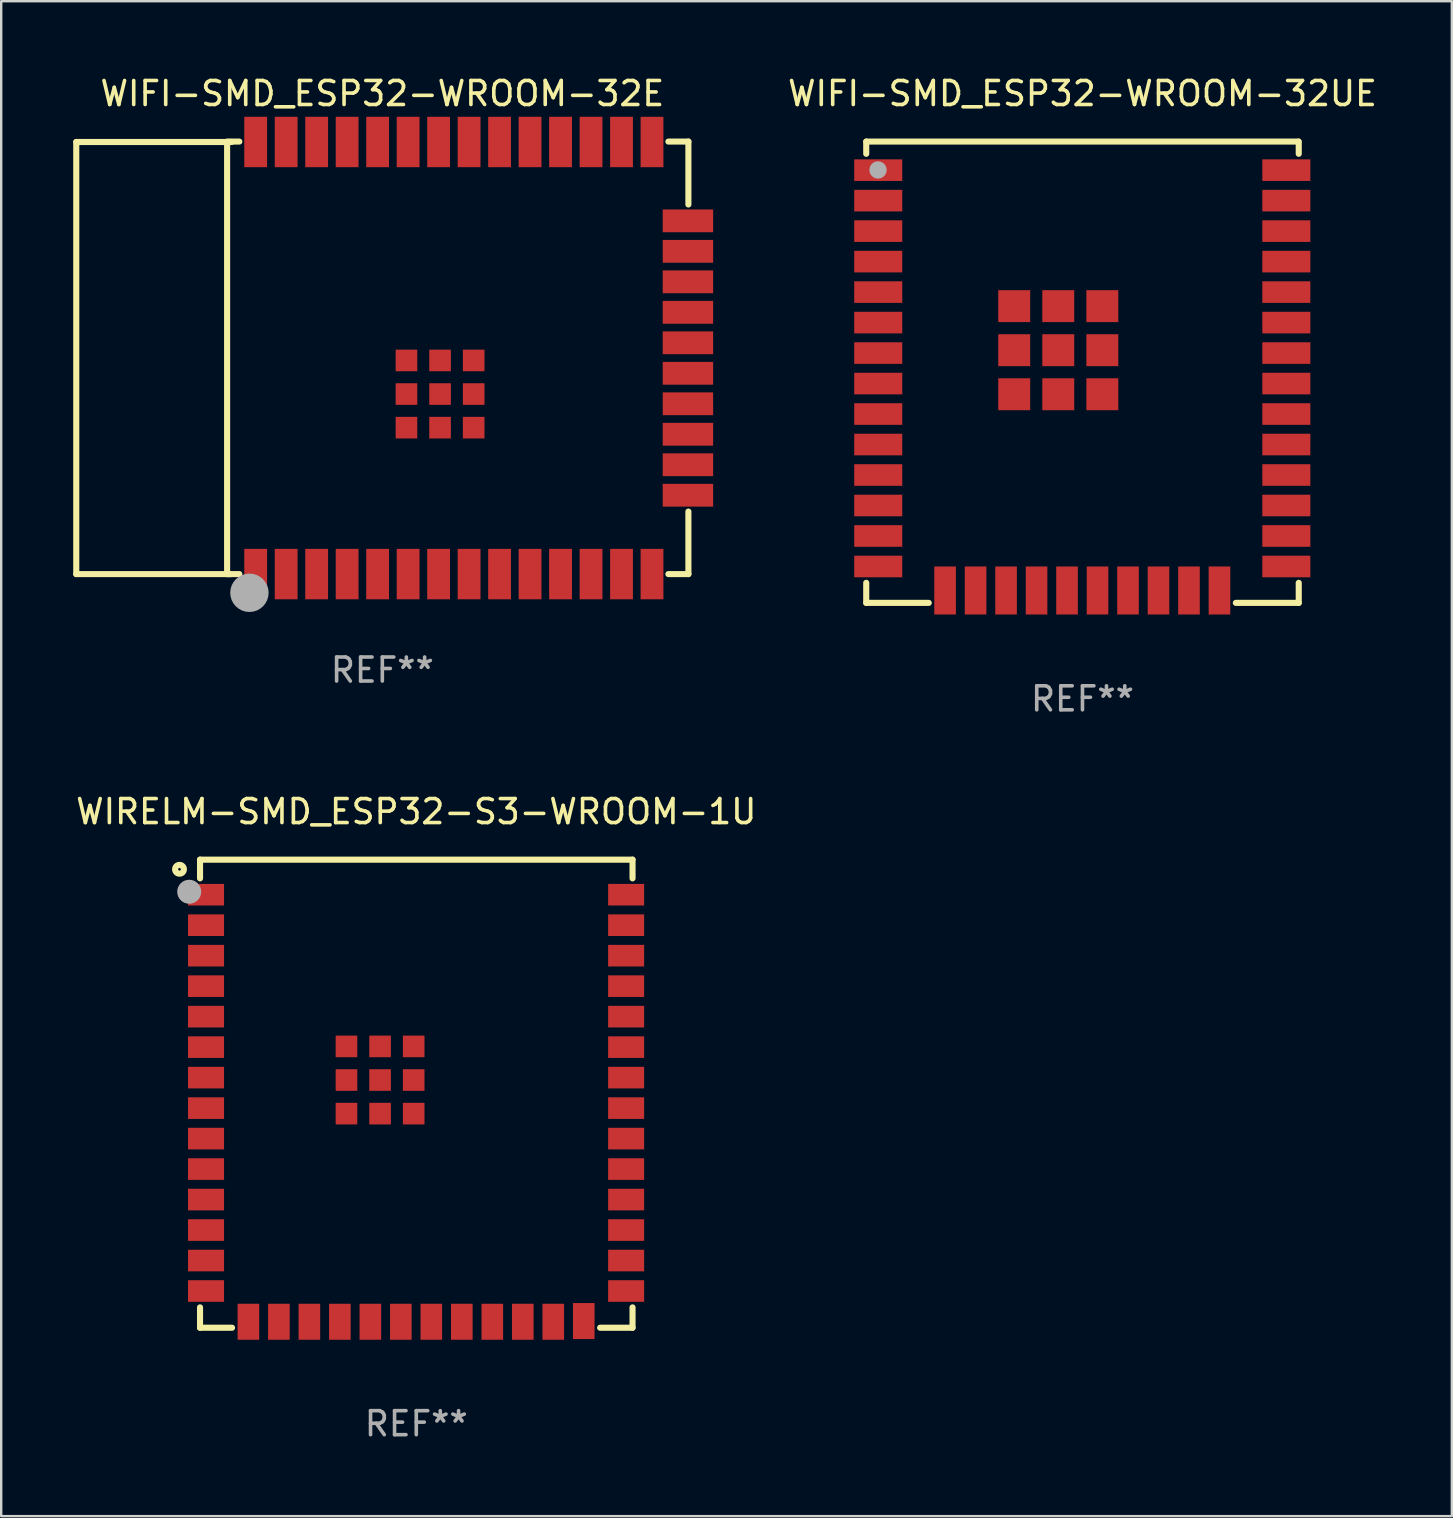
<source format=kicad_pcb>
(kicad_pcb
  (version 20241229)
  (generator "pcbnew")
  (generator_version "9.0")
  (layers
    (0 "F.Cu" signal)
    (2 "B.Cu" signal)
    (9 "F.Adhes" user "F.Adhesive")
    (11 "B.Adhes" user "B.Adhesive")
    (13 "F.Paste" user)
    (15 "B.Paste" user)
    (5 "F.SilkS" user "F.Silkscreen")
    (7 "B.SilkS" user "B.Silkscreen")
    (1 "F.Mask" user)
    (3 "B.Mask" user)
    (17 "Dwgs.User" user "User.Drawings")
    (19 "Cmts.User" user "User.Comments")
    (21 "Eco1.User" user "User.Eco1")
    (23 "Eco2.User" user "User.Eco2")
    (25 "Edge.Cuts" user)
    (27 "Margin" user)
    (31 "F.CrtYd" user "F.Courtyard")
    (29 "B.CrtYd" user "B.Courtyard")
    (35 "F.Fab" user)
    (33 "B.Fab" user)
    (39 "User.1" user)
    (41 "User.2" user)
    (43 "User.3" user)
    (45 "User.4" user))
  (footprint "WIFI-SMD_ESP32-WROOM-32UE"
    (layer "F.Cu")
    (at 42.035 12.793)
    (property "Reference" "WIFI-SMD_ESP32-WROOM-32UE" (at 0.008 -11.945 0) (layer "F.SilkS") (effects (font (size 1 1) (thickness 0.15))))
    (attr smd)
    (fp_line (start -9 -9.945) (end -9 -9.436) (stroke (width 0.254) (type solid)) (layer "F.SilkS"))
    (fp_line (start -9 8.436) (end -9 9.271) (stroke (width 0.254) (type solid)) (layer "F.SilkS"))
    (fp_line (start -9 9.271) (end -6.396 9.271) (stroke (width 0.254) (type solid)) (layer "F.SilkS"))
    (fp_line (start 6.396 9.271) (end 9.017 9.271) (stroke (width 0.254) (type solid)) (layer "F.SilkS"))
    (fp_line (start 9 -9.945) (end -9 -9.945) (stroke (width 0.254) (type solid)) (layer "F.SilkS"))
    (fp_line (start 9.017 -9.436) (end 9.017 -9.945) (stroke (width 0.254) (type solid)) (layer "F.SilkS"))
    (fp_line (start 9.017 9.271) (end 9.017 8.436) (stroke (width 0.254) (type solid)) (layer "F.SilkS"))
    (fp_circle (center -9 -9.945) (end -8.97 -9.945) (stroke (width 0.06) (type solid)) (fill no) (layer "F.SilkS"))
    (fp_circle (center -8.509 -8.763) (end -8.329 -8.763) (stroke (width 0.36) (type solid)) (fill no) (layer "F.Fab"))
    (fp_text user "REF**" (at 0.008 13.271 0) (layer "F.Fab") (effects (font (size 1 1) (thickness 0.15))))
    (pad "1" smd rect (at -8.5 -8.755) (size 2 0.9) (layers "F.Cu" "F.Mask" "F.Paste"))
    (pad "2" smd rect (at -8.5 -7.485) (size 2 0.9) (layers "F.Cu" "F.Mask" "F.Paste"))
    (pad "3" smd rect (at -8.5 -6.215) (size 2 0.9) (layers "F.Cu" "F.Mask" "F.Paste"))
    (pad "4" smd rect (at -8.5 -4.945) (size 2 0.9) (layers "F.Cu" "F.Mask" "F.Paste"))
    (pad "5" smd rect (at -8.5 -3.675) (size 2 0.9) (layers "F.Cu" "F.Mask" "F.Paste"))
    (pad "6" smd rect (at -8.5 -2.405) (size 2 0.9) (layers "F.Cu" "F.Mask" "F.Paste"))
    (pad "7" smd rect (at -8.5 -1.135) (size 2 0.9) (layers "F.Cu" "F.Mask" "F.Paste"))
    (pad "8" smd rect (at -8.5 0.135) (size 2 0.9) (layers "F.Cu" "F.Mask" "F.Paste"))
    (pad "9" smd rect (at -8.5 1.405) (size 2 0.9) (layers "F.Cu" "F.Mask" "F.Paste"))
    (pad "10" smd rect (at -8.5 2.675) (size 2 0.9) (layers "F.Cu" "F.Mask" "F.Paste"))
    (pad "11" smd rect (at -8.5 3.945) (size 2 0.9) (layers "F.Cu" "F.Mask" "F.Paste"))
    (pad "12" smd rect (at -8.5 5.215) (size 2 0.9) (layers "F.Cu" "F.Mask" "F.Paste"))
    (pad "13" smd rect (at -8.5 6.485) (size 2 0.9) (layers "F.Cu" "F.Mask" "F.Paste"))
    (pad "14" smd rect (at -8.5 7.755) (size 2 0.9) (layers "F.Cu" "F.Mask" "F.Paste"))
    (pad "15" smd rect (at -5.715 8.755) (size 0.9 2) (layers "F.Cu" "F.Mask" "F.Paste"))
    (pad "16" smd rect (at -4.445 8.755) (size 0.9 2) (layers "F.Cu" "F.Mask" "F.Paste"))
    (pad "17" smd rect (at -3.175 8.755) (size 0.9 2) (layers "F.Cu" "F.Mask" "F.Paste"))
    (pad "18" smd rect (at -1.905 8.755) (size 0.9 2) (layers "F.Cu" "F.Mask" "F.Paste"))
    (pad "19" smd rect (at -0.635 8.755) (size 0.9 2) (layers "F.Cu" "F.Mask" "F.Paste"))
    (pad "20" smd rect (at 0.635 8.755) (size 0.9 2) (layers "F.Cu" "F.Mask" "F.Paste"))
    (pad "21" smd rect (at 1.905 8.755) (size 0.9 2) (layers "F.Cu" "F.Mask" "F.Paste"))
    (pad "22" smd rect (at 3.175 8.755) (size 0.9 2) (layers "F.Cu" "F.Mask" "F.Paste"))
    (pad "23" smd rect (at 4.445 8.755) (size 0.9 2) (layers "F.Cu" "F.Mask" "F.Paste"))
    (pad "24" smd rect (at 5.715 8.755) (size 0.9 2) (layers "F.Cu" "F.Mask" "F.Paste"))
    (pad "25" smd rect (at 8.5 7.755 180) (size 2 0.9) (layers "F.Cu" "F.Mask" "F.Paste"))
    (pad "26" smd rect (at 8.5 6.485 180) (size 2 0.9) (layers "F.Cu" "F.Mask" "F.Paste"))
    (pad "27" smd rect (at 8.5 5.215 180) (size 2 0.9) (layers "F.Cu" "F.Mask" "F.Paste"))
    (pad "28" smd rect (at 8.5 3.945 180) (size 2 0.9) (layers "F.Cu" "F.Mask" "F.Paste"))
    (pad "29" smd rect (at 8.5 2.675 180) (size 2 0.9) (layers "F.Cu" "F.Mask" "F.Paste"))
    (pad "30" smd rect (at 8.5 1.405 180) (size 2 0.9) (layers "F.Cu" "F.Mask" "F.Paste"))
    (pad "31" smd rect (at 8.5 0.135 180) (size 2 0.9) (layers "F.Cu" "F.Mask" "F.Paste"))
    (pad "32" smd rect (at 8.5 -1.135 180) (size 2 0.9) (layers "F.Cu" "F.Mask" "F.Paste"))
    (pad "33" smd rect (at 8.5 -2.405 180) (size 2 0.9) (layers "F.Cu" "F.Mask" "F.Paste"))
    (pad "34" smd rect (at 8.5 -3.675 180) (size 2 0.9) (layers "F.Cu" "F.Mask" "F.Paste"))
    (pad "35" smd rect (at 8.5 -4.945 180) (size 2 0.9) (layers "F.Cu" "F.Mask" "F.Paste"))
    (pad "36" smd rect (at 8.5 -6.215 180) (size 2 0.9) (layers "F.Cu" "F.Mask" "F.Paste"))
    (pad "37" smd rect (at 8.5 -7.485 180) (size 2 0.9) (layers "F.Cu" "F.Mask" "F.Paste"))
    (pad "38" smd rect (at 8.5 -8.755 180) (size 2 0.9) (layers "F.Cu" "F.Mask" "F.Paste"))
    (pad "39" smd rect (at -2.835 -3.09 90) (size 1.33 1.33) (layers "F.Cu" "F.Mask" "F.Paste"))
    (pad "39" smd rect (at -2.835 -1.255 90) (size 1.33 1.33) (layers "F.Cu" "F.Mask" "F.Paste"))
    (pad "39" smd rect (at -2.835 0.58 90) (size 1.33 1.33) (layers "F.Cu" "F.Mask" "F.Paste"))
    (pad "39" smd rect (at -1 -3.09 90) (size 1.33 1.33) (layers "F.Cu" "F.Mask" "F.Paste"))
    (pad "39" smd rect (at -1 -1.255 90) (size 1.33 1.33) (layers "F.Cu" "F.Mask" "F.Paste"))
    (pad "39" smd rect (at -1 0.58 90) (size 1.33 1.33) (layers "F.Cu" "F.Mask" "F.Paste"))
    (pad "39" smd rect (at 0.835 -3.09 90) (size 1.33 1.33) (layers "F.Cu" "F.Mask" "F.Paste"))
    (pad "39" smd rect (at 0.835 -1.255 90) (size 1.33 1.33) (layers "F.Cu" "F.Mask" "F.Paste"))
    (pad "39" smd rect (at 0.835 0.58 90) (size 1.33 1.33) (layers "F.Cu" "F.Mask" "F.Paste")))
  (footprint "WIRELM-SMD_ESP32-S3-WROOM-1U"
    (layer "F.Cu")
    (at 14.283 43.116)
    (property "Reference" "WIRELM-SMD_ESP32-S3-WROOM-1U" (at 0.008 -12.355 0) (layer "F.SilkS") (effects (font (size 1 1) (thickness 0.15))))
    (attr smd)
    (fp_line (start -9 -10.355) (end 9.017 -10.355) (stroke (width 0.254) (type solid)) (layer "F.SilkS"))
    (fp_line (start -9 -10.355) (end -9 -9.576) (stroke (width 0.254) (type solid)) (layer "F.SilkS"))
    (fp_line (start -9 8.296) (end -9 9.144) (stroke (width 0.254) (type solid)) (layer "F.SilkS"))
    (fp_line (start -9 9.144) (end -7.666 9.144) (stroke (width 0.254) (type solid)) (layer "F.SilkS"))
    (fp_line (start 7.666 9.144) (end 9.017 9.144) (stroke (width 0.254) (type solid)) (layer "F.SilkS"))
    (fp_line (start 9.017 -9.576) (end 9.017 -10.355) (stroke (width 0.254) (type solid)) (layer "F.SilkS"))
    (fp_line (start 9.017 9.144) (end 9.017 8.296) (stroke (width 0.254) (type solid)) (layer "F.SilkS"))
    (fp_circle (center -9.855 -9.954) (end -9.672 -9.954) (stroke (width 0.254) (type solid)) (fill no) (layer "F.SilkS"))
    (fp_circle (center -9 -10.105) (end -8.97 -10.105) (stroke (width 0.06) (type solid)) (fill no) (layer "F.SilkS"))
    (fp_circle (center -9.451 -9.018) (end -9.201 -9.018) (stroke (width 0.5) (type solid)) (fill no) (layer "F.Fab"))
    (fp_text user "REF**" (at 0.008 13.144 0) (layer "F.Fab") (effects (font (size 1 1) (thickness 0.15))))
    (pad "1" smd rect (at -8.75 -8.895) (size 1.5 0.9) (layers "F.Cu" "F.Mask" "F.Paste"))
    (pad "2" smd rect (at -8.75 -7.625) (size 1.5 0.9) (layers "F.Cu" "F.Mask" "F.Paste"))
    (pad "3" smd rect (at -8.75 -6.355) (size 1.5 0.9) (layers "F.Cu" "F.Mask" "F.Paste"))
    (pad "4" smd rect (at -8.75 -5.085) (size 1.5 0.9) (layers "F.Cu" "F.Mask" "F.Paste"))
    (pad "5" smd rect (at -8.75 -3.815) (size 1.5 0.9) (layers "F.Cu" "F.Mask" "F.Paste"))
    (pad "6" smd rect (at -8.75 -2.545) (size 1.5 0.9) (layers "F.Cu" "F.Mask" "F.Paste"))
    (pad "7" smd rect (at -8.75 -1.275) (size 1.5 0.9) (layers "F.Cu" "F.Mask" "F.Paste"))
    (pad "8" smd rect (at -8.75 -0.005) (size 1.5 0.9) (layers "F.Cu" "F.Mask" "F.Paste"))
    (pad "9" smd rect (at -8.75 1.265) (size 1.5 0.9) (layers "F.Cu" "F.Mask" "F.Paste"))
    (pad "10" smd rect (at -8.75 2.535) (size 1.5 0.9) (layers "F.Cu" "F.Mask" "F.Paste"))
    (pad "11" smd rect (at -8.75 3.805) (size 1.5 0.9) (layers "F.Cu" "F.Mask" "F.Paste"))
    (pad "12" smd rect (at -8.75 5.075) (size 1.5 0.9) (layers "F.Cu" "F.Mask" "F.Paste"))
    (pad "13" smd rect (at -8.75 6.345) (size 1.5 0.9) (layers "F.Cu" "F.Mask" "F.Paste"))
    (pad "14" smd rect (at -8.75 7.615) (size 1.5 0.9) (layers "F.Cu" "F.Mask" "F.Paste"))
    (pad "15" smd rect (at -6.985 8.895 90) (size 1.5 0.9) (layers "F.Cu" "F.Mask" "F.Paste"))
    (pad "16" smd rect (at -5.715 8.895 90) (size 1.5 0.9) (layers "F.Cu" "F.Mask" "F.Paste"))
    (pad "17" smd rect (at -4.445 8.895 90) (size 1.5 0.9) (layers "F.Cu" "F.Mask" "F.Paste"))
    (pad "18" smd rect (at -3.175 8.895 90) (size 1.5 0.9) (layers "F.Cu" "F.Mask" "F.Paste"))
    (pad "19" smd rect (at -1.905 8.895 90) (size 1.5 0.9) (layers "F.Cu" "F.Mask" "F.Paste"))
    (pad "20" smd rect (at -0.635 8.895 90) (size 1.5 0.9) (layers "F.Cu" "F.Mask" "F.Paste"))
    (pad "21" smd rect (at 0.635 8.895 90) (size 1.5 0.9) (layers "F.Cu" "F.Mask" "F.Paste"))
    (pad "22" smd rect (at 1.905 8.895 90) (size 1.5 0.9) (layers "F.Cu" "F.Mask" "F.Paste"))
    (pad "23" smd rect (at 3.175 8.895 90) (size 1.5 0.9) (layers "F.Cu" "F.Mask" "F.Paste"))
    (pad "24" smd rect (at 4.445 8.895 90) (size 1.5 0.9) (layers "F.Cu" "F.Mask" "F.Paste"))
    (pad "25" smd rect (at 5.715 8.895 90) (size 1.5 0.9) (layers "F.Cu" "F.Mask" "F.Paste"))
    (pad "26" smd rect (at 6.985 8.865 90) (size 1.5 0.9) (layers "F.Cu" "F.Mask" "F.Paste"))
    (pad "27" smd rect (at 8.75 7.615 180) (size 1.5 0.9) (layers "F.Cu" "F.Mask" "F.Paste"))
    (pad "28" smd rect (at 8.75 6.345 180) (size 1.5 0.9) (layers "F.Cu" "F.Mask" "F.Paste"))
    (pad "29" smd rect (at 8.75 5.075 180) (size 1.5 0.9) (layers "F.Cu" "F.Mask" "F.Paste"))
    (pad "30" smd rect (at 8.75 3.805 180) (size 1.5 0.9) (layers "F.Cu" "F.Mask" "F.Paste"))
    (pad "31" smd rect (at 8.75 2.535 180) (size 1.5 0.9) (layers "F.Cu" "F.Mask" "F.Paste"))
    (pad "32" smd rect (at 8.75 1.265 180) (size 1.5 0.9) (layers "F.Cu" "F.Mask" "F.Paste"))
    (pad "33" smd rect (at 8.75 -0.005 180) (size 1.5 0.9) (layers "F.Cu" "F.Mask" "F.Paste"))
    (pad "34" smd rect (at 8.75 -1.275 180) (size 1.5 0.9) (layers "F.Cu" "F.Mask" "F.Paste"))
    (pad "35" smd rect (at 8.75 -2.545 180) (size 1.5 0.9) (layers "F.Cu" "F.Mask" "F.Paste"))
    (pad "36" smd rect (at 8.75 -3.815 180) (size 1.5 0.9) (layers "F.Cu" "F.Mask" "F.Paste"))
    (pad "37" smd rect (at 8.75 -5.085 180) (size 1.5 0.9) (layers "F.Cu" "F.Mask" "F.Paste"))
    (pad "38" smd rect (at 8.75 -6.355 180) (size 1.5 0.9) (layers "F.Cu" "F.Mask" "F.Paste"))
    (pad "39" smd rect (at 8.75 -7.625 180) (size 1.5 0.9) (layers "F.Cu" "F.Mask" "F.Paste"))
    (pad "40" smd rect (at 8.75 -8.895 180) (size 1.5 0.9) (layers "F.Cu" "F.Mask" "F.Paste"))
    (pad "41" smd rect (at -2.9 -2.575 90) (size 0.9 0.9) (layers "F.Cu" "F.Mask" "F.Paste"))
    (pad "41" smd rect (at -2.9 -1.175 90) (size 0.9 0.9) (layers "F.Cu" "F.Mask" "F.Paste"))
    (pad "41" smd rect (at -2.9 0.225 90) (size 0.9 0.9) (layers "F.Cu" "F.Mask" "F.Paste"))
    (pad "41" smd rect (at -1.5 -2.575 90) (size 0.9 0.9) (layers "F.Cu" "F.Mask" "F.Paste"))
    (pad "41" smd rect (at -1.5 -1.175 90) (size 0.9 0.9) (layers "F.Cu" "F.Mask" "F.Paste"))
    (pad "41" smd rect (at -1.5 0.225 90) (size 0.9 0.9) (layers "F.Cu" "F.Mask" "F.Paste"))
    (pad "41" smd rect (at -0.1 -2.575 90) (size 0.9 0.9) (layers "F.Cu" "F.Mask" "F.Paste"))
    (pad "41" smd rect (at -0.1 -1.175 90) (size 0.9 0.9) (layers "F.Cu" "F.Mask" "F.Paste"))
    (pad "41" smd rect (at -0.1 0.225 90) (size 0.9 0.9) (layers "F.Cu" "F.Mask" "F.Paste")))
  (footprint "WIFI-SMD_ESP32-WROOM-32E"
    (layer "F.Cu")
    (at 16.604 11.865)
    (property "Reference" "WIFI-SMD_ESP32-WROOM-32E" (at -3.727 -11.017 0) (layer "F.SilkS") (effects (font (size 1 1) (thickness 0.15))))
    (attr smd)
    (fp_line (start -16.477 -9) (end -16.477 9) (stroke (width 0.254) (type solid)) (layer "F.SilkS"))
    (fp_line (start -16.477 -9) (end -10.011 -9) (stroke (width 0.254) (type solid)) (layer "F.SilkS"))
    (fp_line (start -16.477 9) (end -10.027 9) (stroke (width 0.254) (type solid)) (layer "F.SilkS"))
    (fp_line (start -10.193 -9) (end -10.193 9) (stroke (width 0.254) (type solid)) (layer "F.SilkS"))
    (fp_line (start -10.193 9) (end -9.684 9) (stroke (width 0.254) (type solid)) (layer "F.SilkS"))
    (fp_line (start -9.684 -9.017) (end -10.193 -9.017) (stroke (width 0.254) (type solid)) (layer "F.SilkS"))
    (fp_line (start 8.189 9) (end 9.023 9) (stroke (width 0.254) (type solid)) (layer "F.SilkS"))
    (fp_line (start 9.023 -9.017) (end 8.189 -9.017) (stroke (width 0.254) (type solid)) (layer "F.SilkS"))
    (fp_line (start 9.023 -6.396) (end 9.023 -9.017) (stroke (width 0.254) (type solid)) (layer "F.SilkS"))
    (fp_line (start 9.023 9) (end 9.023 6.396) (stroke (width 0.254) (type solid)) (layer "F.SilkS"))
    (fp_circle (center -16.528 9) (end -16.498 9) (stroke (width 0.06) (type solid)) (fill no) (layer "F.SilkS"))
    (fp_circle (center -9.264 9.779) (end -8.864 9.779) (stroke (width 0.8) (type solid)) (fill no) (layer "F.Fab"))
    (fp_text user "REF**" (at -3.727 13 0) (layer "F.Fab") (effects (font (size 1 1) (thickness 0.15))))
    (pad "1" smd rect (at -9.003 9) (size 0.95 2.1) (layers "F.Cu" "F.Mask" "F.Paste"))
    (pad "2" smd rect (at -7.733 9) (size 0.95 2.1) (layers "F.Cu" "F.Mask" "F.Paste"))
    (pad "3" smd rect (at -6.463 9) (size 0.95 2.1) (layers "F.Cu" "F.Mask" "F.Paste"))
    (pad "4" smd rect (at -5.193 9) (size 0.95 2.1) (layers "F.Cu" "F.Mask" "F.Paste"))
    (pad "5" smd rect (at -3.923 9) (size 0.95 2.1) (layers "F.Cu" "F.Mask" "F.Paste"))
    (pad "6" smd rect (at -2.653 9) (size 0.95 2.1) (layers "F.Cu" "F.Mask" "F.Paste"))
    (pad "7" smd rect (at -1.383 9) (size 0.95 2.1) (layers "F.Cu" "F.Mask" "F.Paste"))
    (pad "8" smd rect (at -0.113 9) (size 0.95 2.1) (layers "F.Cu" "F.Mask" "F.Paste"))
    (pad "9" smd rect (at 1.157 9) (size 0.95 2.1) (layers "F.Cu" "F.Mask" "F.Paste"))
    (pad "10" smd rect (at 2.427 9) (size 0.95 2.1) (layers "F.Cu" "F.Mask" "F.Paste"))
    (pad "11" smd rect (at 3.697 9) (size 0.95 2.1) (layers "F.Cu" "F.Mask" "F.Paste"))
    (pad "12" smd rect (at 4.967 9) (size 0.95 2.1) (layers "F.Cu" "F.Mask" "F.Paste"))
    (pad "13" smd rect (at 6.237 9) (size 0.95 2.1) (layers "F.Cu" "F.Mask" "F.Paste"))
    (pad "14" smd rect (at 7.507 9) (size 0.95 2.1) (layers "F.Cu" "F.Mask" "F.Paste"))
    (pad "15" smd rect (at 9.003 5.715) (size 2.1 0.95) (layers "F.Cu" "F.Mask" "F.Paste"))
    (pad "16" smd rect (at 9.003 4.445) (size 2.1 0.95) (layers "F.Cu" "F.Mask" "F.Paste"))
    (pad "17" smd rect (at 9.003 3.175) (size 2.1 0.95) (layers "F.Cu" "F.Mask" "F.Paste"))
    (pad "18" smd rect (at 9.003 1.905) (size 2.1 0.95) (layers "F.Cu" "F.Mask" "F.Paste"))
    (pad "19" smd rect (at 9.003 0.635) (size 2.1 0.95) (layers "F.Cu" "F.Mask" "F.Paste"))
    (pad "20" smd rect (at 9.003 -0.635) (size 2.1 0.95) (layers "F.Cu" "F.Mask" "F.Paste"))
    (pad "21" smd rect (at 9.003 -1.905) (size 2.1 0.95) (layers "F.Cu" "F.Mask" "F.Paste"))
    (pad "22" smd rect (at 9.003 -3.175) (size 2.1 0.95) (layers "F.Cu" "F.Mask" "F.Paste"))
    (pad "23" smd rect (at 9.003 -4.445) (size 2.1 0.95) (layers "F.Cu" "F.Mask" "F.Paste"))
    (pad "24" smd rect (at 9.003 -5.715) (size 2.1 0.95) (layers "F.Cu" "F.Mask" "F.Paste"))
    (pad "25" smd rect (at 7.507 -9) (size 0.95 2.1) (layers "F.Cu" "F.Mask" "F.Paste"))
    (pad "26" smd rect (at 6.237 -9) (size 0.95 2.1) (layers "F.Cu" "F.Mask" "F.Paste"))
    (pad "27" smd rect (at 4.967 -9) (size 0.95 2.1) (layers "F.Cu" "F.Mask" "F.Paste"))
    (pad "28" smd rect (at 3.697 -9) (size 0.95 2.1) (layers "F.Cu" "F.Mask" "F.Paste"))
    (pad "29" smd rect (at 2.427 -9) (size 0.95 2.1) (layers "F.Cu" "F.Mask" "F.Paste"))
    (pad "30" smd rect (at 1.157 -9) (size 0.95 2.1) (layers "F.Cu" "F.Mask" "F.Paste"))
    (pad "31" smd rect (at -0.113 -9) (size 0.95 2.1) (layers "F.Cu" "F.Mask" "F.Paste"))
    (pad "32" smd rect (at -1.383 -9) (size 0.95 2.1) (layers "F.Cu" "F.Mask" "F.Paste"))
    (pad "33" smd rect (at -2.653 -9) (size 0.95 2.1) (layers "F.Cu" "F.Mask" "F.Paste"))
    (pad "34" smd rect (at -3.923 -9) (size 0.95 2.1) (layers "F.Cu" "F.Mask" "F.Paste"))
    (pad "35" smd rect (at -5.193 -9) (size 0.95 2.1) (layers "F.Cu" "F.Mask" "F.Paste"))
    (pad "36" smd rect (at -6.463 -9) (size 0.95 2.1) (layers "F.Cu" "F.Mask" "F.Paste"))
    (pad "37" smd rect (at -7.733 -9) (size 0.95 2.1) (layers "F.Cu" "F.Mask" "F.Paste"))
    (pad "38" smd rect (at -9.003 -9) (size 0.95 2.1) (layers "F.Cu" "F.Mask" "F.Paste"))
    (pad "39" smd rect (at -2.722 0.1 180) (size 0.9 0.9) (layers "F.Cu" "F.Mask" "F.Paste"))
    (pad "39" smd rect (at -2.722 1.5 180) (size 0.9 0.9) (layers "F.Cu" "F.Mask" "F.Paste"))
    (pad "39" smd rect (at -2.722 2.9 180) (size 0.9 0.9) (layers "F.Cu" "F.Mask" "F.Paste"))
    (pad "39" smd rect (at -1.322 0.1 180) (size 0.9 0.9) (layers "F.Cu" "F.Mask" "F.Paste"))
    (pad "39" smd rect (at -1.322 1.5 180) (size 0.9 0.9) (layers "F.Cu" "F.Mask" "F.Paste"))
    (pad "39" smd rect (at -1.322 2.9 180) (size 0.9 0.9) (layers "F.Cu" "F.Mask" "F.Paste"))
    (pad "39" smd rect (at 0.078 0.1 180) (size 0.9 0.9) (layers "F.Cu" "F.Mask" "F.Paste"))
    (pad "39" smd rect (at 0.078 1.5 180) (size 0.9 0.9) (layers "F.Cu" "F.Mask" "F.Paste"))
    (pad "39" smd rect (at 0.078 2.9 180) (size 0.9 0.9) (layers "F.Cu" "F.Mask" "F.Paste")))
  (gr_rect
    (start -3 -3)
    (end 57.43 60.108)
    (stroke (width 0.1) (type default))
    (fill no)
    (layer "Edge.Cuts")))
</source>
